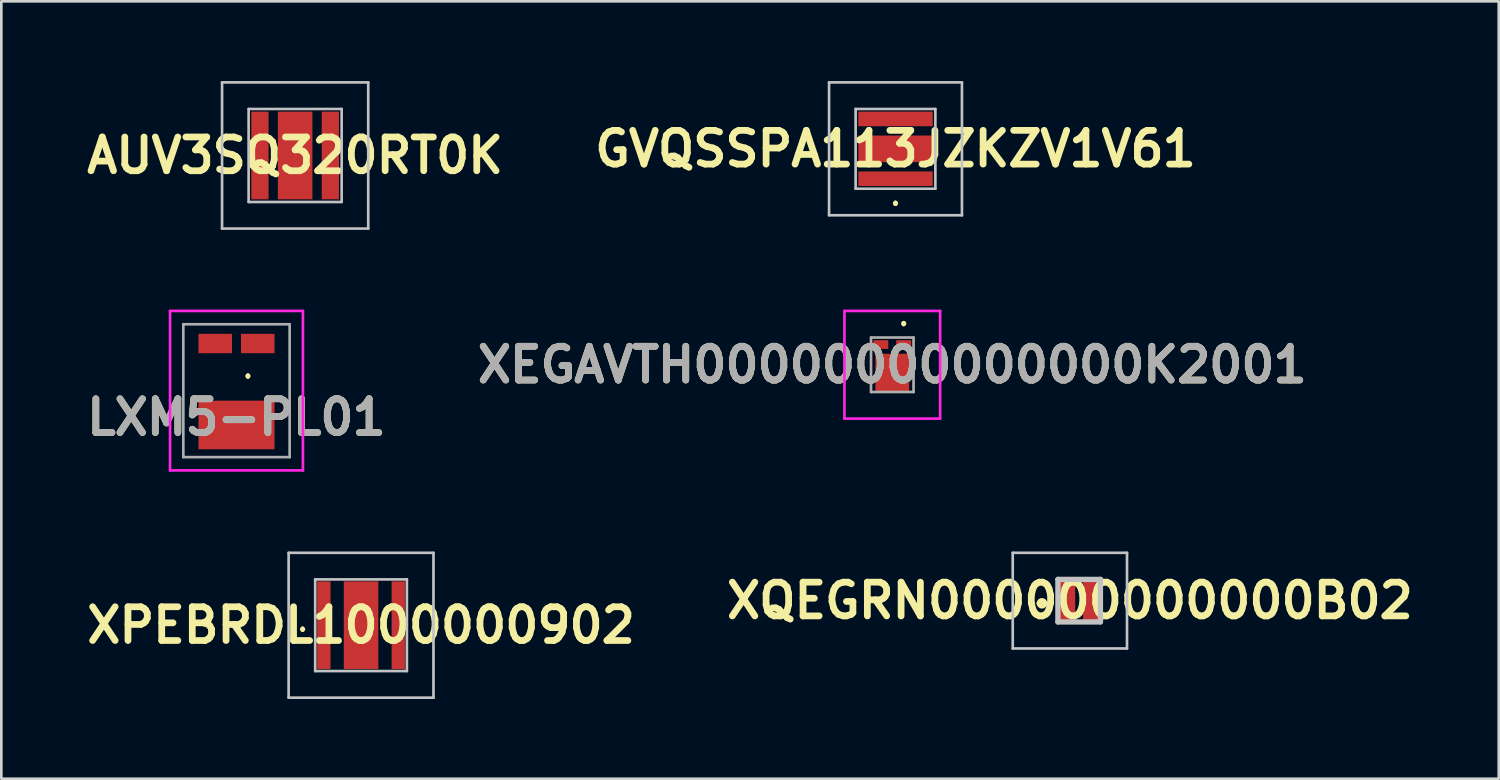
<source format=kicad_pcb>
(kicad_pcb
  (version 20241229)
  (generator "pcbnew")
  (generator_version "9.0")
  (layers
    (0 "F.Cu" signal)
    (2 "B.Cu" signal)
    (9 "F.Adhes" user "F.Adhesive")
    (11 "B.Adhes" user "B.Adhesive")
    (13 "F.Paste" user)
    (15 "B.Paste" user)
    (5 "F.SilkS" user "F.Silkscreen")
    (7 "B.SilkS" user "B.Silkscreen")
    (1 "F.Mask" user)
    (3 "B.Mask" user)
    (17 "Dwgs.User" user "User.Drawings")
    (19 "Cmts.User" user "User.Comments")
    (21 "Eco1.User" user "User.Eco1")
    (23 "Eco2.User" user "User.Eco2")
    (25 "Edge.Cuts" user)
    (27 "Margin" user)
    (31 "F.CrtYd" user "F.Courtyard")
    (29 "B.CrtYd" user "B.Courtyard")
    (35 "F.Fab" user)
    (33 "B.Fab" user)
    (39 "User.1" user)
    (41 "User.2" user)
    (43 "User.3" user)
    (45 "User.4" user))
  (footprint "LXM5-PL01"
    (layer "F.Cu")
    (at 5.848 12.65)
    (property "Reference" "LXM5-PL01" (at 0 0 0) (layer "F.SilkS") (effects (font (size 1.27 1.27) (thickness 0.254))))
    (attr smd)
    (fp_line (start 0.43 -1.6) (end 0.43 -1.6) (stroke (width 0.1) (type solid)) (layer "F.SilkS"))
    (fp_line (start 0.43 -1.5) (end 0.43 -1.5) (stroke (width 0.1) (type solid)) (layer "F.SilkS"))
    (fp_arc (start 0.43 -1.6) (mid 0.48 -1.55) (end 0.43 -1.5) (stroke (width 0.1) (type solid)) (layer "F.SilkS"))
    (fp_arc (start 0.43 -1.5) (mid 0.38 -1.55) (end 0.43 -1.6) (stroke (width 0.1) (type solid)) (layer "F.SilkS"))
    (fp_line (start -2.5 -4) (end -2.5 2) (stroke (width 0.1) (type solid)) (layer "F.CrtYd"))
    (fp_line (start -2.5 2) (end 2.5 2) (stroke (width 0.1) (type solid)) (layer "F.CrtYd"))
    (fp_line (start 2.5 -4) (end -2.5 -4) (stroke (width 0.1) (type solid)) (layer "F.CrtYd"))
    (fp_line (start 2.5 2) (end 2.5 -4) (stroke (width 0.1) (type solid)) (layer "F.CrtYd"))
    (fp_line (start -2 -3.5) (end -2 1.5) (stroke (width 0.1) (type solid)) (layer "F.Fab"))
    (fp_line (start -2 1.5) (end 2 1.5) (stroke (width 0.1) (type solid)) (layer "F.Fab"))
    (fp_line (start 2 -3.5) (end -2 -3.5) (stroke (width 0.1) (type solid)) (layer "F.Fab"))
    (fp_line (start 2 1.5) (end 2 -3.5) (stroke (width 0.1) (type solid)) (layer "F.Fab"))
    (fp_text user "${REFERENCE}" (at 0 0 0) (layer "F.Fab") (effects (font (size 1.27 1.27) (thickness 0.254))))
    (pad "1" smd rect (at 0.8 -2.775 90) (size 0.73 1.26) (layers "F.Cu" "F.Mask" "F.Paste"))
    (pad "2" smd rect (at -0.8 -2.775) (size 1.26 0.73) (layers "F.Cu" "F.Mask" "F.Paste"))
    (pad "3" smd rect (at 0 0.29) (size 2.86 1.83) (layers "F.Cu" "F.Mask" "F.Paste")))
  (footprint "XPEBRDL1000000902"
    (layer "F.Cu")
    (at 10.535 20.475)
    (property "Reference" "XPEBRDL1000000902" (at 0 0 0) (layer "F.SilkS") (effects (font (size 1.27 1.27) (thickness 0.254))))
    (attr smd)
    (fp_line (start -2.2 0.1) (end -2.2 0.1) (stroke (width 0.1) (type solid)) (layer "F.SilkS"))
    (fp_line (start -2.2 0.2) (end -2.2 0.2) (stroke (width 0.1) (type solid)) (layer "F.SilkS"))
    (fp_arc (start -2.2 0.1) (mid -2.15 0.15) (end -2.2 0.2) (stroke (width 0.1) (type solid)) (layer "F.SilkS"))
    (fp_arc (start -2.2 0.2) (mid -2.25 0.15) (end -2.2 0.1) (stroke (width 0.1) (type solid)) (layer "F.SilkS"))
    (fp_line (start -2.725 -2.725) (end 2.725 -2.725) (stroke (width 0.1) (type solid)) (layer "Dwgs.User"))
    (fp_line (start -2.725 2.725) (end -2.725 -2.725) (stroke (width 0.1) (type solid)) (layer "Dwgs.User"))
    (fp_line (start -1.725 -1.725) (end 1.725 -1.725) (stroke (width 0.1) (type solid)) (layer "Dwgs.User"))
    (fp_line (start -1.725 1.725) (end -1.725 -1.725) (stroke (width 0.1) (type solid)) (layer "Dwgs.User"))
    (fp_line (start 1.725 -1.725) (end 1.725 1.725) (stroke (width 0.1) (type solid)) (layer "Dwgs.User"))
    (fp_line (start 1.725 1.725) (end -1.725 1.725) (stroke (width 0.1) (type solid)) (layer "Dwgs.User"))
    (fp_line (start 2.725 -2.725) (end 2.725 2.725) (stroke (width 0.1) (type solid)) (layer "Dwgs.User"))
    (fp_line (start 2.725 2.725) (end -2.725 2.725) (stroke (width 0.1) (type solid)) (layer "Dwgs.User"))
    (pad "1" smd rect (at -1.4 0) (size 0.5 3.3) (layers "F.Cu" "F.Mask" "F.Paste"))
    (pad "2" smd rect (at 1.4 0) (size 0.5 3.3) (layers "F.Cu" "F.Mask" "F.Paste"))
    (pad "3" smd rect (at 0 0) (size 1.3 3.3) (layers "F.Cu" "F.Mask" "F.Paste")))
  (footprint "AUV3SQ320RT0K"
    (layer "F.Cu")
    (at 8.055 2.8)
    (property "Reference" "AUV3SQ320RT0K" (at 0 0 0) (layer "F.SilkS") (effects (font (size 1.27 1.27) (thickness 0.254))))
    (attr smd)
    (fp_line (start -2.3 0) (end -2.3 0) (stroke (width 0.1) (type solid)) (layer "F.SilkS"))
    (fp_line (start -2.2 0) (end -2.2 0) (stroke (width 0.1) (type solid)) (layer "F.SilkS"))
    (fp_arc (start -2.3 0) (mid -2.25 -0.05) (end -2.2 0) (stroke (width 0.1) (type solid)) (layer "F.SilkS"))
    (fp_arc (start -2.2 0) (mid -2.25 0.05) (end -2.3 0) (stroke (width 0.1) (type solid)) (layer "F.SilkS"))
    (fp_line (start -2.75 -2.75) (end 2.75 -2.75) (stroke (width 0.1) (type solid)) (layer "Dwgs.User"))
    (fp_line (start -2.75 2.75) (end -2.75 -2.75) (stroke (width 0.1) (type solid)) (layer "Dwgs.User"))
    (fp_line (start -1.75 -1.75) (end -1.75 1.75) (stroke (width 0.1) (type solid)) (layer "Dwgs.User"))
    (fp_line (start -1.75 1.75) (end 1.75 1.75) (stroke (width 0.1) (type solid)) (layer "Dwgs.User"))
    (fp_line (start 1.75 -1.75) (end -1.75 -1.75) (stroke (width 0.1) (type solid)) (layer "Dwgs.User"))
    (fp_line (start 1.75 1.75) (end 1.75 -1.75) (stroke (width 0.1) (type solid)) (layer "Dwgs.User"))
    (fp_line (start 2.75 -2.75) (end 2.75 2.75) (stroke (width 0.1) (type solid)) (layer "Dwgs.User"))
    (fp_line (start 2.75 2.75) (end -2.75 2.75) (stroke (width 0.1) (type solid)) (layer "Dwgs.User"))
    (pad "1" smd rect (at -1.325 0) (size 0.65 3.3) (layers "F.Cu" "F.Mask" "F.Paste"))
    (pad "2" smd rect (at 1.325 0) (size 0.65 3.3) (layers "F.Cu" "F.Mask" "F.Paste"))
    (pad "3" smd rect (at 0 0) (size 1.3 3.3) (layers "F.Cu" "F.Mask" "F.Paste")))
  (footprint "XQEGRN000000000000B02"
    (layer "F.Cu")
    (at 37.555 19.55)
    (property "Reference" "XQEGRN000000000000B02" (at -0.35 0 0) (layer "F.SilkS") (effects (font (size 1.27 1.27) (thickness 0.254))))
    (attr smd)
    (fp_line (start -1.5 0.1) (end -1.5 0.1) (stroke (width 0.2) (type solid)) (layer "F.SilkS"))
    (fp_line (start -1.3 0.1) (end -1.3 0.1) (stroke (width 0.2) (type solid)) (layer "F.SilkS"))
    (fp_arc (start -1.5 0.1) (mid -1.4 0) (end -1.3 0.1) (stroke (width 0.2) (type solid)) (layer "F.SilkS"))
    (fp_arc (start -1.3 0.1) (mid -1.4 0.2) (end -1.5 0.1) (stroke (width 0.2) (type solid)) (layer "F.SilkS"))
    (fp_line (start -2.5 -1.8) (end 1.8 -1.8) (stroke (width 0.1) (type solid)) (layer "Dwgs.User"))
    (fp_line (start -2.5 1.8) (end -2.5 -1.8) (stroke (width 0.1) (type solid)) (layer "Dwgs.User"))
    (fp_line (start -0.8 -0.8) (end 0.8 -0.8) (stroke (width 0.2) (type solid)) (layer "Dwgs.User"))
    (fp_line (start -0.8 0.8) (end -0.8 -0.8) (stroke (width 0.2) (type solid)) (layer "Dwgs.User"))
    (fp_line (start 0.8 -0.8) (end 0.8 0.8) (stroke (width 0.2) (type solid)) (layer "Dwgs.User"))
    (fp_line (start 0.8 0.8) (end -0.8 0.8) (stroke (width 0.2) (type solid)) (layer "Dwgs.User"))
    (fp_line (start 1.8 -1.8) (end 1.8 1.8) (stroke (width 0.1) (type solid)) (layer "Dwgs.User"))
    (fp_line (start 1.8 1.8) (end -2.5 1.8) (stroke (width 0.1) (type solid)) (layer "Dwgs.User"))
    (pad "1" smd rect (at -0.475 0) (size 0.65 1.6) (layers "F.Cu" "F.Mask" "F.Paste"))
    (pad "2" smd rect (at 0.475 0) (size 0.65 1.6) (layers "F.Cu" "F.Mask" "F.Paste")))
  (footprint "GVQSSPA113JZKZV1V61"
    (layer "F.Cu")
    (at 30.644 2.55)
    (property "Reference" "GVQSSPA113JZKZV1V61" (at 0 0 0) (layer "F.SilkS") (effects (font (size 1.27 1.27) (thickness 0.254))))
    (attr smd)
    (fp_line (start 0 2) (end 0 2) (stroke (width 0.1) (type solid)) (layer "F.SilkS"))
    (fp_line (start 0 2.1) (end 0 2.1) (stroke (width 0.1) (type solid)) (layer "F.SilkS"))
    (fp_arc (start 0 2) (mid 0.05 2.05) (end 0 2.1) (stroke (width 0.1) (type solid)) (layer "F.SilkS"))
    (fp_arc (start 0 2.1) (mid -0.05 2.05) (end 0 2) (stroke (width 0.1) (type solid)) (layer "F.SilkS"))
    (fp_line (start -2.5 -2.5) (end 2.5 -2.5) (stroke (width 0.1) (type solid)) (layer "Dwgs.User"))
    (fp_line (start -2.5 2.5) (end -2.5 -2.5) (stroke (width 0.1) (type solid)) (layer "Dwgs.User"))
    (fp_line (start -1.5 -1.5) (end 1.5 -1.5) (stroke (width 0.1) (type solid)) (layer "Dwgs.User"))
    (fp_line (start -1.5 1.5) (end -1.5 -1.5) (stroke (width 0.1) (type solid)) (layer "Dwgs.User"))
    (fp_line (start 1.5 -1.5) (end 1.5 1.5) (stroke (width 0.1) (type solid)) (layer "Dwgs.User"))
    (fp_line (start 1.5 1.5) (end -1.5 1.5) (stroke (width 0.1) (type solid)) (layer "Dwgs.User"))
    (fp_line (start 2.5 -2.5) (end 2.5 2.5) (stroke (width 0.1) (type solid)) (layer "Dwgs.User"))
    (fp_line (start 2.5 2.5) (end -2.5 2.5) (stroke (width 0.1) (type solid)) (layer "Dwgs.User"))
    (pad "1" smd rect (at 0 1.125 90) (size 0.55 2.8) (layers "F.Cu" "F.Mask" "F.Paste"))
    (pad "2" smd rect (at 0 -1.125 90) (size 0.55 2.8) (layers "F.Cu" "F.Mask" "F.Paste"))
    (pad "3" smd rect (at 0 0 90) (size 1 2.8) (layers "F.Cu" "F.Mask" "F.Paste")))
  (footprint "XEGAVTH00000000000000K2001"
    (layer "F.Cu")
    (at 30.523 10.675)
    (property "Reference" "XEGAVTH00000000000000K2001" (at 0 0 0) (layer "F.SilkS") (effects (font (size 1.27 1.27) (thickness 0.254))))
    (attr smd)
    (fp_line (start 0.43 -1.6) (end 0.43 -1.6) (stroke (width 0.1) (type solid)) (layer "F.SilkS"))
    (fp_line (start 0.43 -1.5) (end 0.43 -1.5) (stroke (width 0.1) (type solid)) (layer "F.SilkS"))
    (fp_arc (start 0.43 -1.6) (mid 0.48 -1.55) (end 0.43 -1.5) (stroke (width 0.1) (type solid)) (layer "F.SilkS"))
    (fp_arc (start 0.43 -1.5) (mid 0.38 -1.55) (end 0.43 -1.6) (stroke (width 0.1) (type solid)) (layer "F.SilkS"))
    (fp_line (start -1.8 -2.025) (end -1.8 2.025) (stroke (width 0.1) (type solid)) (layer "F.CrtYd"))
    (fp_line (start -1.8 2.025) (end 1.8 2.025) (stroke (width 0.1) (type solid)) (layer "F.CrtYd"))
    (fp_line (start 1.8 -2.025) (end -1.8 -2.025) (stroke (width 0.1) (type solid)) (layer "F.CrtYd"))
    (fp_line (start 1.8 2.025) (end 1.8 -2.025) (stroke (width 0.1) (type solid)) (layer "F.CrtYd"))
    (fp_line (start -0.8 -1.025) (end -0.8 1.025) (stroke (width 0.1) (type solid)) (layer "F.Fab"))
    (fp_line (start -0.8 1.025) (end 0.8 1.025) (stroke (width 0.1) (type solid)) (layer "F.Fab"))
    (fp_line (start 0.8 -1.025) (end -0.8 -1.025) (stroke (width 0.1) (type solid)) (layer "F.Fab"))
    (fp_line (start 0.8 1.025) (end 0.8 -1.025) (stroke (width 0.1) (type solid)) (layer "F.Fab"))
    (fp_text user "${REFERENCE}" (at 0 0 0) (layer "F.Fab") (effects (font (size 1.27 1.27) (thickness 0.254))))
    (pad "1" smd rect (at 0.43 -0.76 90) (size 0.33 0.56) (layers "F.Cu" "F.Mask" "F.Paste"))
    (pad "2" smd rect (at -0.43 -0.76 90) (size 0.33 0.56) (layers "F.Cu" "F.Mask" "F.Paste"))
    (pad "3" smd rect (at 0 0.29 180) (size 1.27 1.41) (layers "F.Cu" "F.Mask" "F.Paste")))
  (gr_rect
    (start -3 -3)
    (end 53.341 26.25)
    (stroke (width 0.1) (type default))
    (fill no)
    (layer "Edge.Cuts")))
</source>
